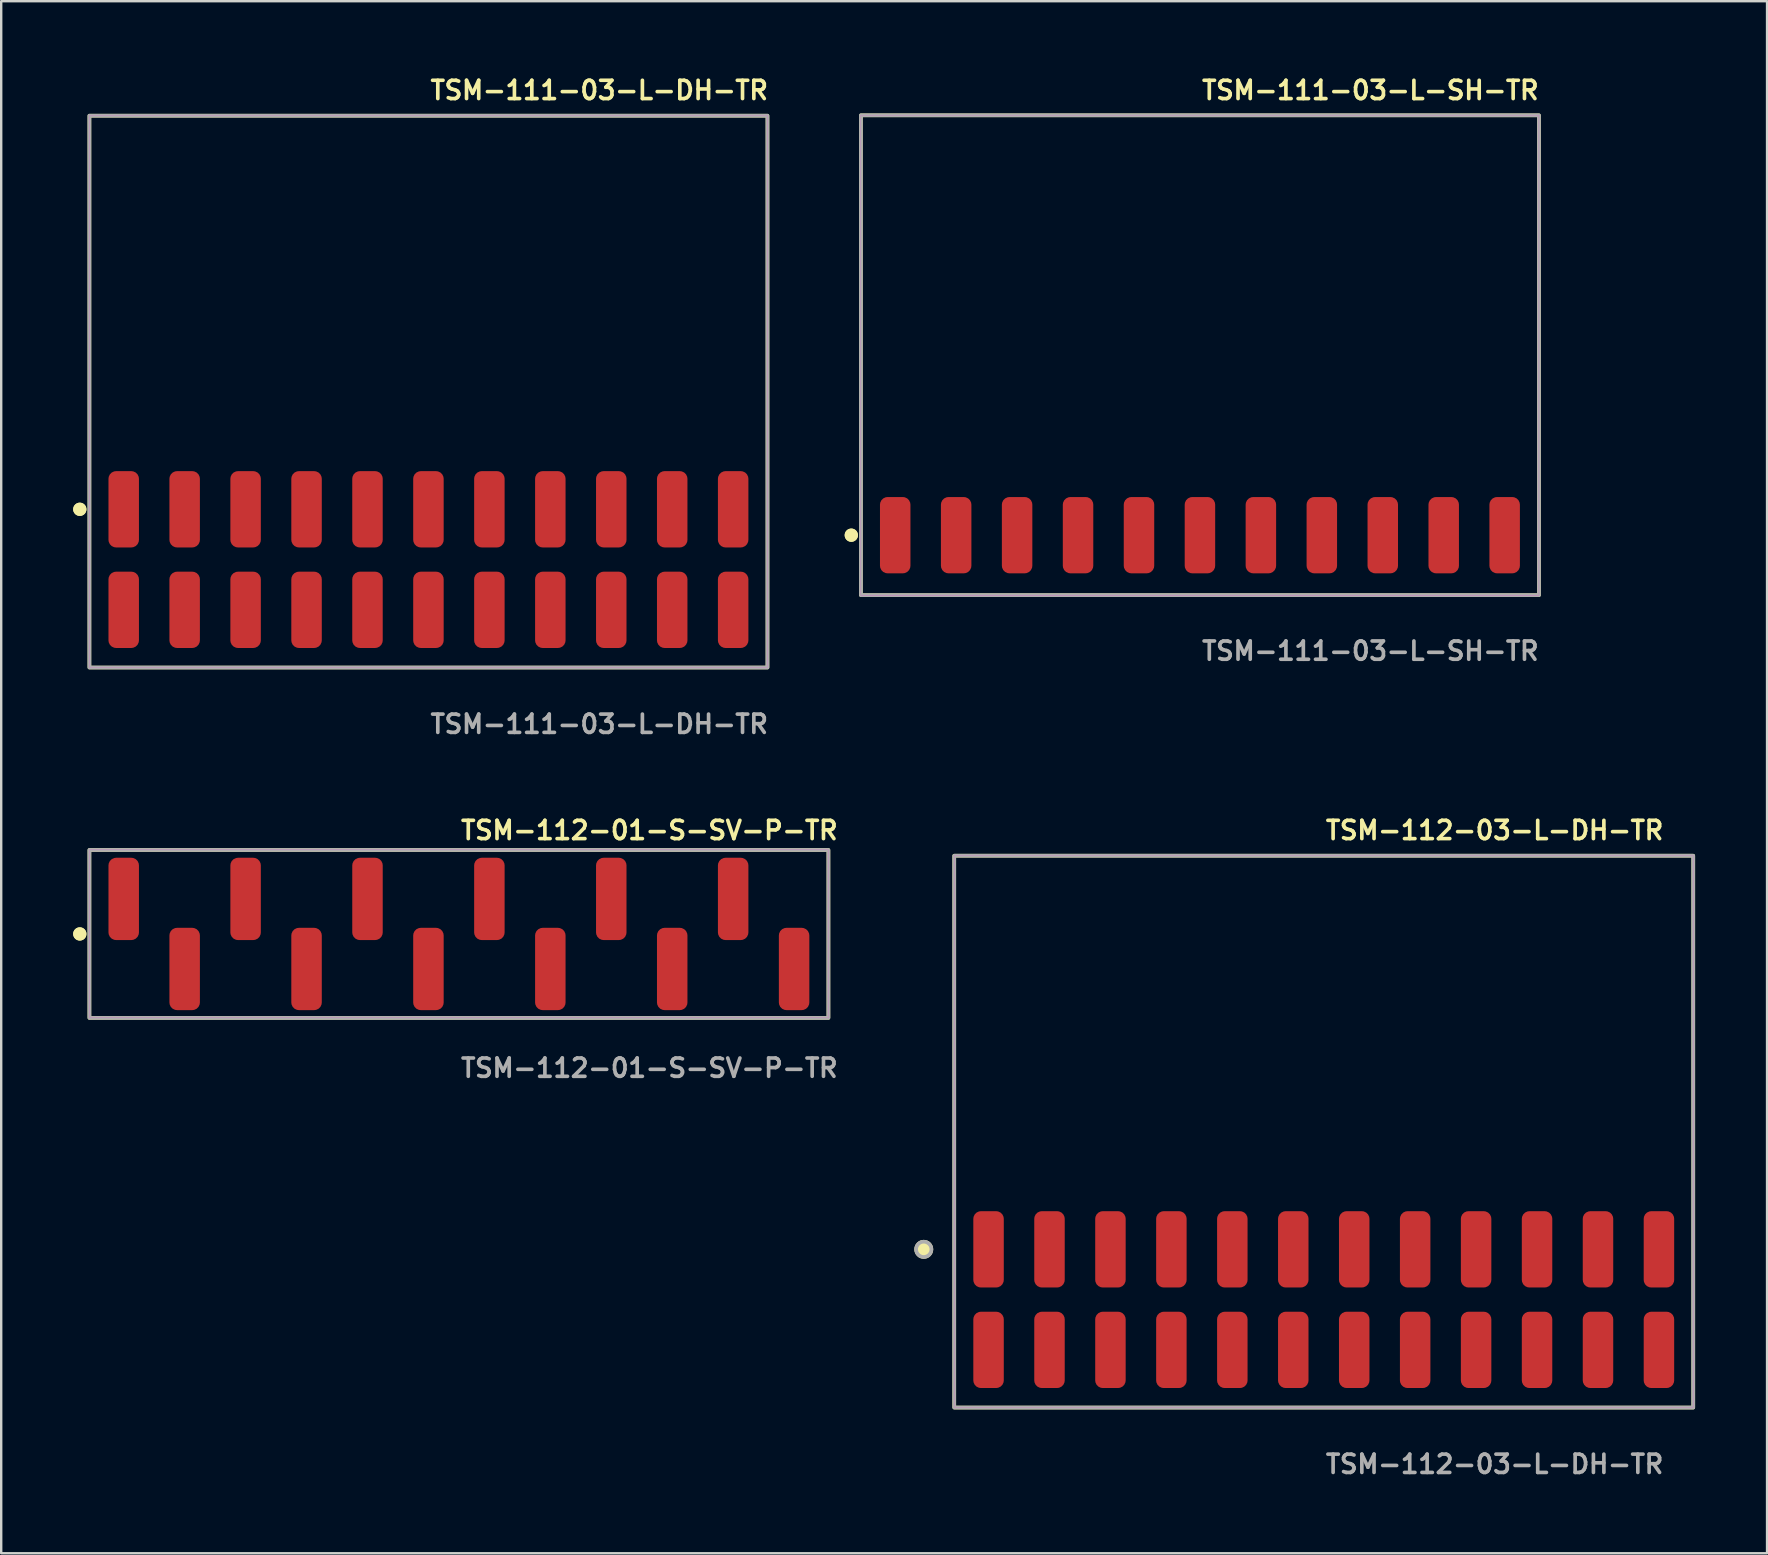
<source format=kicad_pcb>
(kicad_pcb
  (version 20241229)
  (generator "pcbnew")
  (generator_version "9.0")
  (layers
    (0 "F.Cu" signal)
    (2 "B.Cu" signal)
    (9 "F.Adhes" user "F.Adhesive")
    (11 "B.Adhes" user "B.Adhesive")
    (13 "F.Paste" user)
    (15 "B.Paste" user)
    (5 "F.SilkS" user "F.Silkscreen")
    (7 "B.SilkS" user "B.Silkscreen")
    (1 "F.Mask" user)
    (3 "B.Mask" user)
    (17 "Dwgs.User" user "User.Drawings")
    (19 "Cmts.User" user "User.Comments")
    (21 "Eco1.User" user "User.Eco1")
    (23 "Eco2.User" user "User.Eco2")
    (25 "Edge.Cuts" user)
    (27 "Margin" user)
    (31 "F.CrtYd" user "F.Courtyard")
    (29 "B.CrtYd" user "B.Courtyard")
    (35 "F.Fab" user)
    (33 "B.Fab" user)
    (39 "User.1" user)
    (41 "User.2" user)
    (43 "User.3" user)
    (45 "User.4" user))
  (footprint "TSM-112-01-S-SV-P-TR"
    (layer "F.Cu")
    (at 16.076 35.874)
    (property "Reference" "TSM-112-01-S-SV-P-TR" (at 0 -4.318 0) (unlocked yes) (layer "F.SilkS") (effects (font (size 0.762 0.762) (thickness 0.152)) (justify left)))
    (fp_rect (start -15.4 3.5) (end 15.4 -3.5) (stroke (width 0.152) (type solid)) (fill no) (layer "F.SilkS"))
    (fp_circle (center -15.8 0) (end -16 0) (stroke (width 0.152) (type solid)) (fill yes) (layer "F.SilkS"))
    (fp_circle (center -15.8 0) (end -16 0) (stroke (width 0.152) (type solid)) (fill yes) (layer "F.SilkS"))
    (fp_rect (start -15.4 3.5) (end 15.4 -3.5) (stroke (width 0.006) (type solid)) (fill no) (layer "F.CrtYd"))
    (fp_rect (start -15.4 3.5) (end 15.4 -3.5) (stroke (width 0.152) (type solid)) (fill no) (layer "F.Fab"))
    (fp_text user "${REFERENCE}" (at 0 5.588 0) (unlocked yes) (layer "F.Fab") (effects (font (size 0.762 0.762) (thickness 0.152)) (justify left)))
    (pad "1" smd roundrect (at -13.97 -1.46) (size 1.27 3.43) (layers "F.Cu" "F.Paste") (roundrect_rratio 0.25))
    (pad "2" smd roundrect (at -11.43 1.46) (size 1.27 3.43) (layers "F.Cu" "F.Paste") (roundrect_rratio 0.25))
    (pad "3" smd roundrect (at -8.89 -1.46) (size 1.27 3.43) (layers "F.Cu" "F.Paste") (roundrect_rratio 0.25))
    (pad "4" smd roundrect (at -6.35 1.46) (size 1.27 3.43) (layers "F.Cu" "F.Paste") (roundrect_rratio 0.25))
    (pad "5" smd roundrect (at -3.81 -1.46) (size 1.27 3.43) (layers "F.Cu" "F.Paste") (roundrect_rratio 0.25))
    (pad "6" smd roundrect (at -1.27 1.46) (size 1.27 3.43) (layers "F.Cu" "F.Paste") (roundrect_rratio 0.25))
    (pad "7" smd roundrect (at 1.27 -1.46) (size 1.27 3.43) (layers "F.Cu" "F.Paste") (roundrect_rratio 0.25))
    (pad "8" smd roundrect (at 3.81 1.46) (size 1.27 3.43) (layers "F.Cu" "F.Paste") (roundrect_rratio 0.25))
    (pad "9" smd roundrect (at 6.35 -1.46) (size 1.27 3.43) (layers "F.Cu" "F.Paste") (roundrect_rratio 0.25))
    (pad "10" smd roundrect (at 8.89 1.46) (size 1.27 3.43) (layers "F.Cu" "F.Paste") (roundrect_rratio 0.25))
    (pad "11" smd roundrect (at 11.43 -1.46) (size 1.27 3.43) (layers "F.Cu" "F.Paste") (roundrect_rratio 0.25))
    (pad "12" smd roundrect (at 13.97 1.46) (size 1.27 3.43) (layers "F.Cu" "F.Paste") (roundrect_rratio 0.25)))
  (footprint "TSM-112-03-L-DH-TR"
    (layer "F.Cu")
    (at 52.12 51.114)
    (property "Reference" "TSM-112-03-L-DH-TR" (at 0 -19.558 0) (unlocked yes) (layer "F.SilkS") (effects (font (size 0.762 0.762) (thickness 0.152)) (justify left)))
    (fp_rect (start -15.4 4.5) (end 15.4 -18.5) (stroke (width 0.152) (type solid)) (fill no) (layer "F.SilkS"))
    (fp_circle (center -16.67 -2.095) (end -16.988 -2.095) (stroke (width 0.152) (type solid)) (fill yes) (layer "F.SilkS"))
    (fp_rect (start -15.4 4.5) (end 15.4 -18.5) (stroke (width 0.006) (type solid)) (fill no) (layer "F.CrtYd"))
    (fp_rect (start -15.4 4.5) (end 15.4 -18.5) (stroke (width 0.152) (type solid)) (fill no) (layer "F.Fab"))
    (fp_circle (center -16.67 -2.095) (end -16.988 -2.095) (stroke (width 0.152) (type solid)) (fill no) (layer "F.Fab"))
    (fp_text user "${REFERENCE}" (at 0 6.858 0) (unlocked yes) (layer "F.Fab") (effects (font (size 0.762 0.762) (thickness 0.152)) (justify left)))
    (pad "1" smd roundrect (at -13.97 2.095) (size 1.27 3.18) (layers "F.Cu" "F.Paste") (roundrect_rratio 0.25))
    (pad "2" smd roundrect (at -13.97 -2.095) (size 1.27 3.18) (layers "F.Cu" "F.Paste") (roundrect_rratio 0.25))
    (pad "3" smd roundrect (at -11.43 2.095) (size 1.27 3.18) (layers "F.Cu" "F.Paste") (roundrect_rratio 0.25))
    (pad "4" smd roundrect (at -11.43 -2.095) (size 1.27 3.18) (layers "F.Cu" "F.Paste") (roundrect_rratio 0.25))
    (pad "5" smd roundrect (at -8.89 2.095) (size 1.27 3.18) (layers "F.Cu" "F.Paste") (roundrect_rratio 0.25))
    (pad "6" smd roundrect (at -8.89 -2.095) (size 1.27 3.18) (layers "F.Cu" "F.Paste") (roundrect_rratio 0.25))
    (pad "7" smd roundrect (at -6.35 2.095) (size 1.27 3.18) (layers "F.Cu" "F.Paste") (roundrect_rratio 0.25))
    (pad "8" smd roundrect (at -6.35 -2.095) (size 1.27 3.18) (layers "F.Cu" "F.Paste") (roundrect_rratio 0.25))
    (pad "9" smd roundrect (at -3.81 2.095) (size 1.27 3.18) (layers "F.Cu" "F.Paste") (roundrect_rratio 0.25))
    (pad "10" smd roundrect (at -3.81 -2.095) (size 1.27 3.18) (layers "F.Cu" "F.Paste") (roundrect_rratio 0.25))
    (pad "11" smd roundrect (at -1.27 2.095) (size 1.27 3.18) (layers "F.Cu" "F.Paste") (roundrect_rratio 0.25))
    (pad "12" smd roundrect (at -1.27 -2.095) (size 1.27 3.18) (layers "F.Cu" "F.Paste") (roundrect_rratio 0.25))
    (pad "13" smd roundrect (at 1.27 2.095) (size 1.27 3.18) (layers "F.Cu" "F.Paste") (roundrect_rratio 0.25))
    (pad "14" smd roundrect (at 1.27 -2.095) (size 1.27 3.18) (layers "F.Cu" "F.Paste") (roundrect_rratio 0.25))
    (pad "15" smd roundrect (at 3.81 2.095) (size 1.27 3.18) (layers "F.Cu" "F.Paste") (roundrect_rratio 0.25))
    (pad "16" smd roundrect (at 3.81 -2.095) (size 1.27 3.18) (layers "F.Cu" "F.Paste") (roundrect_rratio 0.25))
    (pad "17" smd roundrect (at 6.35 2.095) (size 1.27 3.18) (layers "F.Cu" "F.Paste") (roundrect_rratio 0.25))
    (pad "18" smd roundrect (at 6.35 -2.095) (size 1.27 3.18) (layers "F.Cu" "F.Paste") (roundrect_rratio 0.25))
    (pad "19" smd roundrect (at 8.89 2.095) (size 1.27 3.18) (layers "F.Cu" "F.Paste") (roundrect_rratio 0.25))
    (pad "20" smd roundrect (at 8.89 -2.095) (size 1.27 3.18) (layers "F.Cu" "F.Paste") (roundrect_rratio 0.25))
    (pad "21" smd roundrect (at 11.43 2.095) (size 1.27 3.18) (layers "F.Cu" "F.Paste") (roundrect_rratio 0.25))
    (pad "22" smd roundrect (at 11.43 -2.095) (size 1.27 3.18) (layers "F.Cu" "F.Paste") (roundrect_rratio 0.25))
    (pad "23" smd roundrect (at 13.97 2.095) (size 1.27 3.18) (layers "F.Cu" "F.Paste") (roundrect_rratio 0.25))
    (pad "24" smd roundrect (at 13.97 -2.095) (size 1.27 3.18) (layers "F.Cu" "F.Paste") (roundrect_rratio 0.25)))
  (footprint "TSM-111-03-L-SH-TR"
    (layer "F.Cu")
    (at 46.96 19.255)
    (property "Reference" "TSM-111-03-L-SH-TR" (at 0 -18.542 0) (unlocked yes) (layer "F.SilkS") (effects (font (size 0.762 0.762) (thickness 0.152)) (justify left)))
    (fp_rect (start -14.13 2.5) (end 14.13 -17.5) (stroke (width 0.152) (type solid)) (fill no) (layer "F.SilkS"))
    (fp_circle (center -14.53 0) (end -14.73 0) (stroke (width 0.152) (type solid)) (fill yes) (layer "F.SilkS"))
    (fp_circle (center -14.53 0) (end -14.73 0) (stroke (width 0.152) (type solid)) (fill yes) (layer "F.SilkS"))
    (fp_rect (start -14.13 2.5) (end 14.13 -17.5) (stroke (width 0.006) (type solid)) (fill no) (layer "F.CrtYd"))
    (fp_rect (start -14.13 2.5) (end 14.13 -17.5) (stroke (width 0.152) (type solid)) (fill no) (layer "F.Fab"))
    (fp_text user "${REFERENCE}" (at 0 4.826 0) (unlocked yes) (layer "F.Fab") (effects (font (size 0.762 0.762) (thickness 0.152)) (justify left)))
    (pad "1" smd roundrect (at -12.7 0) (size 1.27 3.18) (layers "F.Cu" "F.Paste") (roundrect_rratio 0.25))
    (pad "2" smd roundrect (at -10.16 0) (size 1.27 3.18) (layers "F.Cu" "F.Paste") (roundrect_rratio 0.25))
    (pad "3" smd roundrect (at -7.62 0) (size 1.27 3.18) (layers "F.Cu" "F.Paste") (roundrect_rratio 0.25))
    (pad "4" smd roundrect (at -5.08 0) (size 1.27 3.18) (layers "F.Cu" "F.Paste") (roundrect_rratio 0.25))
    (pad "5" smd roundrect (at -2.54 0) (size 1.27 3.18) (layers "F.Cu" "F.Paste") (roundrect_rratio 0.25))
    (pad "6" smd roundrect (at 0 0) (size 1.27 3.18) (layers "F.Cu" "F.Paste") (roundrect_rratio 0.25))
    (pad "7" smd roundrect (at 2.54 0) (size 1.27 3.18) (layers "F.Cu" "F.Paste") (roundrect_rratio 0.25))
    (pad "8" smd roundrect (at 5.08 0) (size 1.27 3.18) (layers "F.Cu" "F.Paste") (roundrect_rratio 0.25))
    (pad "9" smd roundrect (at 7.62 0) (size 1.27 3.18) (layers "F.Cu" "F.Paste") (roundrect_rratio 0.25))
    (pad "10" smd roundrect (at 10.16 0) (size 1.27 3.18) (layers "F.Cu" "F.Paste") (roundrect_rratio 0.25))
    (pad "11" smd roundrect (at 12.7 0) (size 1.27 3.18) (layers "F.Cu" "F.Paste") (roundrect_rratio 0.25)))
  (footprint "TSM-111-03-L-DH-TR"
    (layer "F.Cu")
    (at 14.806 20.271)
    (property "Reference" "TSM-111-03-L-DH-TR" (at 0 -19.558 0) (unlocked yes) (layer "F.SilkS") (effects (font (size 0.762 0.762) (thickness 0.152)) (justify left)))
    (fp_rect (start -14.13 4.5) (end 14.13 -18.5) (stroke (width 0.152) (type solid)) (fill no) (layer "F.SilkS"))
    (fp_circle (center -14.53 -2.095) (end -14.73 -2.095) (stroke (width 0.152) (type solid)) (fill yes) (layer "F.SilkS"))
    (fp_circle (center -14.53 -2.095) (end -14.73 -2.095) (stroke (width 0.152) (type solid)) (fill yes) (layer "F.SilkS"))
    (fp_rect (start -14.13 4.5) (end 14.13 -18.5) (stroke (width 0.006) (type solid)) (fill no) (layer "F.CrtYd"))
    (fp_rect (start -14.13 4.5) (end 14.13 -18.5) (stroke (width 0.152) (type solid)) (fill no) (layer "F.Fab"))
    (fp_text user "${REFERENCE}" (at 0 6.858 0) (unlocked yes) (layer "F.Fab") (effects (font (size 0.762 0.762) (thickness 0.152)) (justify left)))
    (pad "1" smd roundrect (at -12.7 2.095) (size 1.27 3.18) (layers "F.Cu" "F.Paste") (roundrect_rratio 0.25))
    (pad "2" smd roundrect (at -12.7 -2.095) (size 1.27 3.18) (layers "F.Cu" "F.Paste") (roundrect_rratio 0.25))
    (pad "3" smd roundrect (at -10.16 2.095) (size 1.27 3.18) (layers "F.Cu" "F.Paste") (roundrect_rratio 0.25))
    (pad "4" smd roundrect (at -10.16 -2.095) (size 1.27 3.18) (layers "F.Cu" "F.Paste") (roundrect_rratio 0.25))
    (pad "5" smd roundrect (at -7.62 2.095) (size 1.27 3.18) (layers "F.Cu" "F.Paste") (roundrect_rratio 0.25))
    (pad "6" smd roundrect (at -7.62 -2.095) (size 1.27 3.18) (layers "F.Cu" "F.Paste") (roundrect_rratio 0.25))
    (pad "7" smd roundrect (at -5.08 2.095) (size 1.27 3.18) (layers "F.Cu" "F.Paste") (roundrect_rratio 0.25))
    (pad "8" smd roundrect (at -5.08 -2.095) (size 1.27 3.18) (layers "F.Cu" "F.Paste") (roundrect_rratio 0.25))
    (pad "9" smd roundrect (at -2.54 2.095) (size 1.27 3.18) (layers "F.Cu" "F.Paste") (roundrect_rratio 0.25))
    (pad "10" smd roundrect (at -2.54 -2.095) (size 1.27 3.18) (layers "F.Cu" "F.Paste") (roundrect_rratio 0.25))
    (pad "11" smd roundrect (at 0 2.095) (size 1.27 3.18) (layers "F.Cu" "F.Paste") (roundrect_rratio 0.25))
    (pad "12" smd roundrect (at 0 -2.095) (size 1.27 3.18) (layers "F.Cu" "F.Paste") (roundrect_rratio 0.25))
    (pad "13" smd roundrect (at 2.54 2.095) (size 1.27 3.18) (layers "F.Cu" "F.Paste") (roundrect_rratio 0.25))
    (pad "14" smd roundrect (at 2.54 -2.095) (size 1.27 3.18) (layers "F.Cu" "F.Paste") (roundrect_rratio 0.25))
    (pad "15" smd roundrect (at 5.08 2.095) (size 1.27 3.18) (layers "F.Cu" "F.Paste") (roundrect_rratio 0.25))
    (pad "16" smd roundrect (at 5.08 -2.095) (size 1.27 3.18) (layers "F.Cu" "F.Paste") (roundrect_rratio 0.25))
    (pad "17" smd roundrect (at 7.62 2.095) (size 1.27 3.18) (layers "F.Cu" "F.Paste") (roundrect_rratio 0.25))
    (pad "18" smd roundrect (at 7.62 -2.095) (size 1.27 3.18) (layers "F.Cu" "F.Paste") (roundrect_rratio 0.25))
    (pad "19" smd roundrect (at 10.16 2.095) (size 1.27 3.18) (layers "F.Cu" "F.Paste") (roundrect_rratio 0.25))
    (pad "20" smd roundrect (at 10.16 -2.095) (size 1.27 3.18) (layers "F.Cu" "F.Paste") (roundrect_rratio 0.25))
    (pad "21" smd roundrect (at 12.7 2.095) (size 1.27 3.18) (layers "F.Cu" "F.Paste") (roundrect_rratio 0.25))
    (pad "22" smd roundrect (at 12.7 -2.095) (size 1.27 3.18) (layers "F.Cu" "F.Paste") (roundrect_rratio 0.25)))
  (gr_rect
    (start -3 -3)
    (end 70.596 61.685)
    (stroke (width 0.1) (type default))
    (fill no)
    (layer "Edge.Cuts")))
</source>
